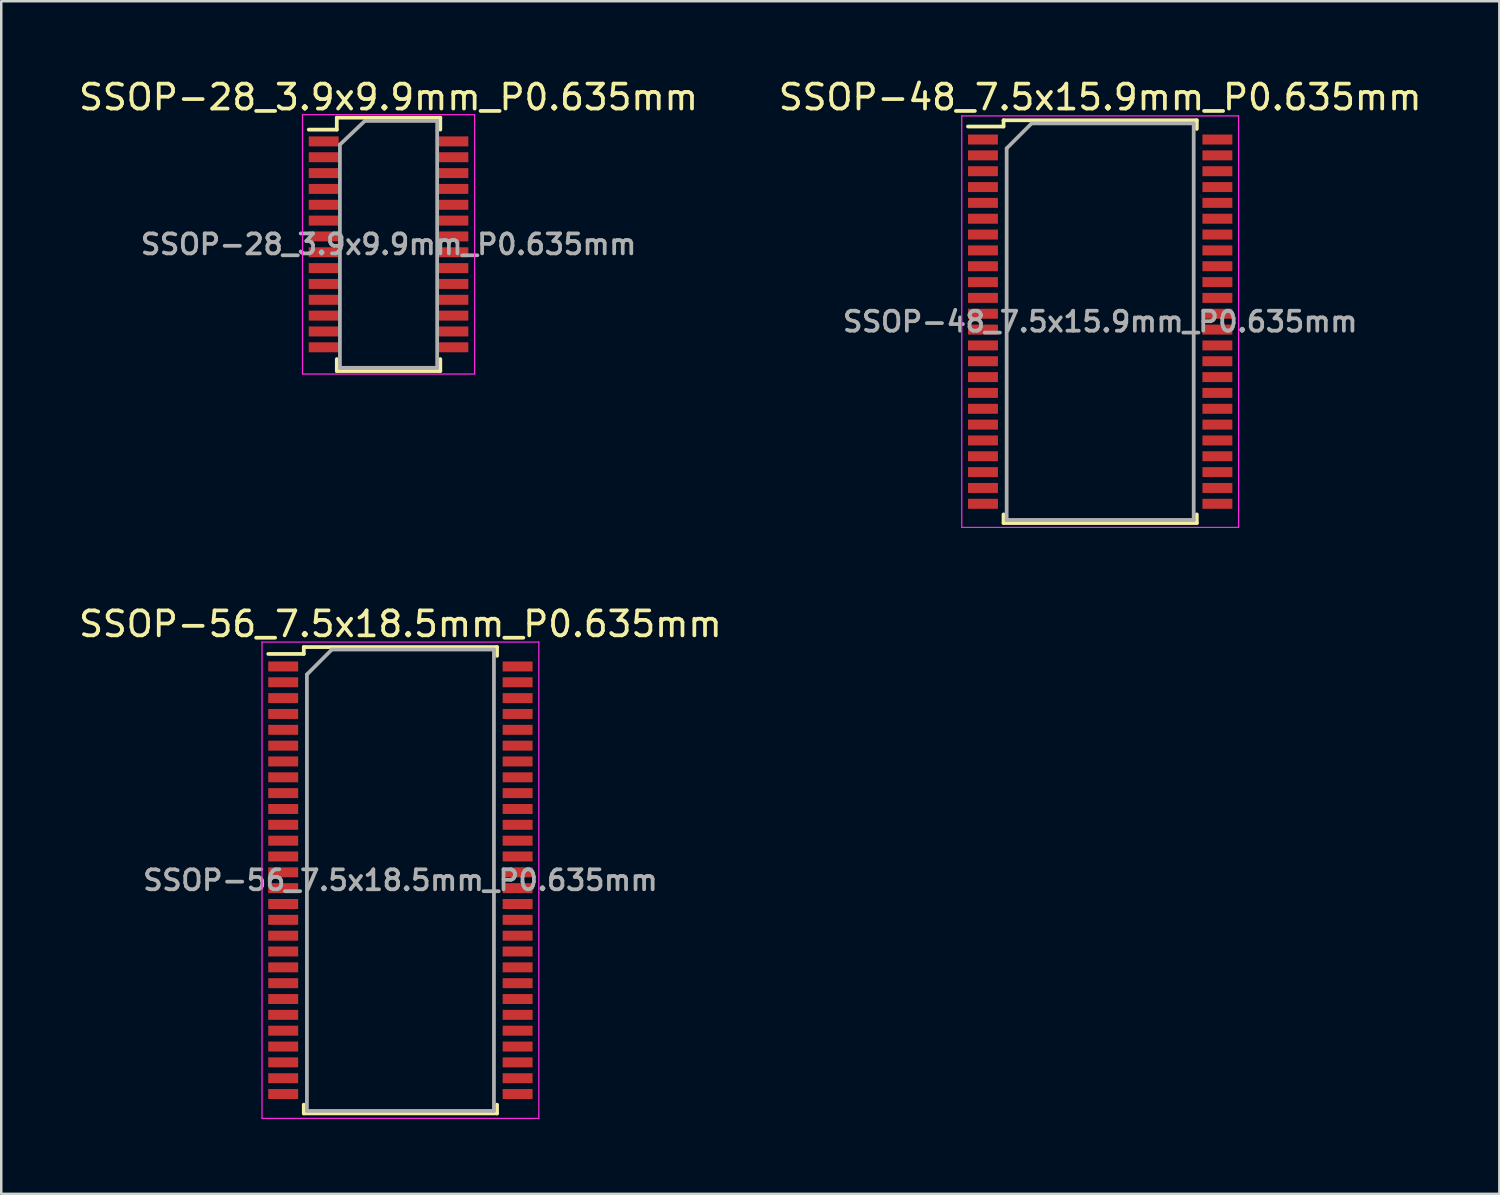
<source format=kicad_pcb>
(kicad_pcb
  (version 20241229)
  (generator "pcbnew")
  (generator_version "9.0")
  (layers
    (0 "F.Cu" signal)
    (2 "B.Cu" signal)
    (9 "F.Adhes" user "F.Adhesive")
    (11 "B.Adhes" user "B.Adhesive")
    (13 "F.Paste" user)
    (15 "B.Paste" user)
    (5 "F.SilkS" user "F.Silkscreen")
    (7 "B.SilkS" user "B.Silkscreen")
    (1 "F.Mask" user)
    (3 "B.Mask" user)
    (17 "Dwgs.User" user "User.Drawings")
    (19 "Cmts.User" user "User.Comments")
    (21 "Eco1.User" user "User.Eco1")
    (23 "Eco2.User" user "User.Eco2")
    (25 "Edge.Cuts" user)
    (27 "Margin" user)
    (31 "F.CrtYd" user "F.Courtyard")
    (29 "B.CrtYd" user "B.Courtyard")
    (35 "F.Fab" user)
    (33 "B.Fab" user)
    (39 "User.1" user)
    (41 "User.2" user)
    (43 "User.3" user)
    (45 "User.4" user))
  (footprint "SSOP-28_3.9x9.9mm_P0.635mm"
    (layer "F.Cu")
    (at 12.53 6.748)
    (property "Reference" "SSOP-28_3.9x9.9mm_P0.635mm" (at 0 -5.9 0) (layer "F.SilkS") (effects (font (size 1 1) (thickness 0.15))))
    (attr smd)
    (fp_line (start -2.075 -5.08) (end -2.075 -4.6) (stroke (width 0.15) (type solid)) (layer "F.SilkS"))
    (fp_line (start -2.075 -5.08) (end 2.075 -5.08) (stroke (width 0.15) (type solid)) (layer "F.SilkS"))
    (fp_line (start -2.075 -4.6) (end -3.2 -4.6) (stroke (width 0.15) (type solid)) (layer "F.SilkS"))
    (fp_line (start -2.075 5.08) (end -2.075 4.6) (stroke (width 0.15) (type solid)) (layer "F.SilkS"))
    (fp_line (start -2.075 5.08) (end 2.075 5.08) (stroke (width 0.15) (type solid)) (layer "F.SilkS"))
    (fp_line (start 2.075 -5.08) (end 2.075 -4.6) (stroke (width 0.15) (type solid)) (layer "F.SilkS"))
    (fp_line (start 2.075 5.08) (end 2.075 4.6) (stroke (width 0.15) (type solid)) (layer "F.SilkS"))
    (fp_line (start -3.45 -5.2) (end -3.45 5.2) (stroke (width 0.05) (type solid)) (layer "F.CrtYd"))
    (fp_line (start -3.45 -5.2) (end 3.45 -5.2) (stroke (width 0.05) (type solid)) (layer "F.CrtYd"))
    (fp_line (start -3.45 5.2) (end 3.45 5.2) (stroke (width 0.05) (type solid)) (layer "F.CrtYd"))
    (fp_line (start 3.45 -5.2) (end 3.45 5.2) (stroke (width 0.05) (type solid)) (layer "F.CrtYd"))
    (fp_line (start -1.95 -4) (end -0.95 -4.95) (stroke (width 0.15) (type solid)) (layer "F.Fab"))
    (fp_line (start -1.95 4.95) (end -1.95 -4) (stroke (width 0.15) (type solid)) (layer "F.Fab"))
    (fp_line (start -0.95 -4.95) (end 1.95 -4.95) (stroke (width 0.15) (type solid)) (layer "F.Fab"))
    (fp_line (start 1.95 -4.95) (end 1.95 4.95) (stroke (width 0.15) (type solid)) (layer "F.Fab"))
    (fp_line (start 1.95 4.95) (end -1.95 4.95) (stroke (width 0.15) (type solid)) (layer "F.Fab"))
    (fp_text user "${REFERENCE}" (at 0 0 0) (layer "F.Fab") (effects (font (size 0.8 0.8) (thickness 0.15))))
    (pad "1" smd rect (at -2.6 -4.128) (size 1.2 0.4) (layers "F.Cu" "F.Mask" "F.Paste"))
    (pad "2" smd rect (at -2.6 -3.493) (size 1.2 0.4) (layers "F.Cu" "F.Mask" "F.Paste"))
    (pad "3" smd rect (at -2.6 -2.857) (size 1.2 0.4) (layers "F.Cu" "F.Mask" "F.Paste"))
    (pad "4" smd rect (at -2.6 -2.223) (size 1.2 0.4) (layers "F.Cu" "F.Mask" "F.Paste"))
    (pad "5" smd rect (at -2.6 -1.587) (size 1.2 0.4) (layers "F.Cu" "F.Mask" "F.Paste"))
    (pad "6" smd rect (at -2.6 -0.953) (size 1.2 0.4) (layers "F.Cu" "F.Mask" "F.Paste"))
    (pad "7" smd rect (at -2.6 -0.318) (size 1.2 0.4) (layers "F.Cu" "F.Mask" "F.Paste"))
    (pad "8" smd rect (at -2.6 0.318) (size 1.2 0.4) (layers "F.Cu" "F.Mask" "F.Paste"))
    (pad "9" smd rect (at -2.6 0.953) (size 1.2 0.4) (layers "F.Cu" "F.Mask" "F.Paste"))
    (pad "10" smd rect (at -2.6 1.587) (size 1.2 0.4) (layers "F.Cu" "F.Mask" "F.Paste"))
    (pad "11" smd rect (at -2.6 2.223) (size 1.2 0.4) (layers "F.Cu" "F.Mask" "F.Paste"))
    (pad "12" smd rect (at -2.6 2.857) (size 1.2 0.4) (layers "F.Cu" "F.Mask" "F.Paste"))
    (pad "13" smd rect (at -2.6 3.493) (size 1.2 0.4) (layers "F.Cu" "F.Mask" "F.Paste"))
    (pad "14" smd rect (at -2.6 4.128) (size 1.2 0.4) (layers "F.Cu" "F.Mask" "F.Paste"))
    (pad "15" smd rect (at 2.6 4.128) (size 1.2 0.4) (layers "F.Cu" "F.Mask" "F.Paste"))
    (pad "16" smd rect (at 2.6 3.493) (size 1.2 0.4) (layers "F.Cu" "F.Mask" "F.Paste"))
    (pad "17" smd rect (at 2.6 2.857) (size 1.2 0.4) (layers "F.Cu" "F.Mask" "F.Paste"))
    (pad "18" smd rect (at 2.6 2.223) (size 1.2 0.4) (layers "F.Cu" "F.Mask" "F.Paste"))
    (pad "19" smd rect (at 2.6 1.587) (size 1.2 0.4) (layers "F.Cu" "F.Mask" "F.Paste"))
    (pad "20" smd rect (at 2.6 0.953) (size 1.2 0.4) (layers "F.Cu" "F.Mask" "F.Paste"))
    (pad "21" smd rect (at 2.6 0.318) (size 1.2 0.4) (layers "F.Cu" "F.Mask" "F.Paste"))
    (pad "22" smd rect (at 2.6 -0.318) (size 1.2 0.4) (layers "F.Cu" "F.Mask" "F.Paste"))
    (pad "23" smd rect (at 2.6 -0.953) (size 1.2 0.4) (layers "F.Cu" "F.Mask" "F.Paste"))
    (pad "24" smd rect (at 2.6 -1.587) (size 1.2 0.4) (layers "F.Cu" "F.Mask" "F.Paste"))
    (pad "25" smd rect (at 2.6 -2.223) (size 1.2 0.4) (layers "F.Cu" "F.Mask" "F.Paste"))
    (pad "26" smd rect (at 2.6 -2.857) (size 1.2 0.4) (layers "F.Cu" "F.Mask" "F.Paste"))
    (pad "27" smd rect (at 2.6 -3.493) (size 1.2 0.4) (layers "F.Cu" "F.Mask" "F.Paste"))
    (pad "28" smd rect (at 2.6 -4.128) (size 1.2 0.4) (layers "F.Cu" "F.Mask" "F.Paste")))
  (footprint "SSOP-56_7.5x18.5mm_P0.635mm"
    (layer "F.Cu")
    (at 13.006 32.246)
    (property "Reference" "SSOP-56_7.5x18.5mm_P0.635mm" (at 0 -10.275 0) (layer "F.SilkS") (effects (font (size 1 1) (thickness 0.15))))
    (attr smd)
    (fp_line (start -3.875 -9.35) (end -3.875 -9.075) (stroke (width 0.15) (type solid)) (layer "F.SilkS"))
    (fp_line (start -3.875 -9.35) (end 3.875 -9.35) (stroke (width 0.15) (type solid)) (layer "F.SilkS"))
    (fp_line (start -3.875 -9.075) (end -5.3 -9.075) (stroke (width 0.15) (type solid)) (layer "F.SilkS"))
    (fp_line (start -3.875 9.35) (end -3.875 8.998) (stroke (width 0.15) (type solid)) (layer "F.SilkS"))
    (fp_line (start -3.875 9.35) (end 3.875 9.35) (stroke (width 0.15) (type solid)) (layer "F.SilkS"))
    (fp_line (start 3.875 -9.35) (end 3.875 -8.998) (stroke (width 0.15) (type solid)) (layer "F.SilkS"))
    (fp_line (start 3.875 9.35) (end 3.875 8.998) (stroke (width 0.15) (type solid)) (layer "F.SilkS"))
    (fp_line (start -5.55 -9.55) (end -5.55 9.55) (stroke (width 0.05) (type solid)) (layer "F.CrtYd"))
    (fp_line (start -5.55 -9.55) (end 5.55 -9.55) (stroke (width 0.05) (type solid)) (layer "F.CrtYd"))
    (fp_line (start -5.55 9.55) (end 5.55 9.55) (stroke (width 0.05) (type solid)) (layer "F.CrtYd"))
    (fp_line (start 5.55 -9.55) (end 5.55 9.55) (stroke (width 0.05) (type solid)) (layer "F.CrtYd"))
    (fp_line (start -3.75 -8.25) (end -2.75 -9.25) (stroke (width 0.15) (type solid)) (layer "F.Fab"))
    (fp_line (start -3.75 9.25) (end -3.75 -8.25) (stroke (width 0.15) (type solid)) (layer "F.Fab"))
    (fp_line (start -2.75 -9.25) (end 3.75 -9.25) (stroke (width 0.15) (type solid)) (layer "F.Fab"))
    (fp_line (start 3.75 -9.25) (end 3.75 9.25) (stroke (width 0.15) (type solid)) (layer "F.Fab"))
    (fp_line (start 3.75 9.25) (end -3.75 9.25) (stroke (width 0.15) (type solid)) (layer "F.Fab"))
    (fp_text user "${REFERENCE}" (at 0 0 0) (layer "F.Fab") (effects (font (size 0.8 0.8) (thickness 0.15))))
    (pad "1" smd rect (at -4.7 -8.572) (size 1.2 0.4) (layers "F.Cu" "F.Mask" "F.Paste"))
    (pad "2" smd rect (at -4.7 -7.938) (size 1.2 0.4) (layers "F.Cu" "F.Mask" "F.Paste"))
    (pad "3" smd rect (at -4.7 -7.303) (size 1.2 0.4) (layers "F.Cu" "F.Mask" "F.Paste"))
    (pad "4" smd rect (at -4.7 -6.668) (size 1.2 0.4) (layers "F.Cu" "F.Mask" "F.Paste"))
    (pad "5" smd rect (at -4.7 -6.032) (size 1.2 0.4) (layers "F.Cu" "F.Mask" "F.Paste"))
    (pad "6" smd rect (at -4.7 -5.397) (size 1.2 0.4) (layers "F.Cu" "F.Mask" "F.Paste"))
    (pad "7" smd rect (at -4.7 -4.763) (size 1.2 0.4) (layers "F.Cu" "F.Mask" "F.Paste"))
    (pad "8" smd rect (at -4.7 -4.128) (size 1.2 0.4) (layers "F.Cu" "F.Mask" "F.Paste"))
    (pad "9" smd rect (at -4.7 -3.493) (size 1.2 0.4) (layers "F.Cu" "F.Mask" "F.Paste"))
    (pad "10" smd rect (at -4.7 -2.857) (size 1.2 0.4) (layers "F.Cu" "F.Mask" "F.Paste"))
    (pad "11" smd rect (at -4.7 -2.223) (size 1.2 0.4) (layers "F.Cu" "F.Mask" "F.Paste"))
    (pad "12" smd rect (at -4.7 -1.587) (size 1.2 0.4) (layers "F.Cu" "F.Mask" "F.Paste"))
    (pad "13" smd rect (at -4.7 -0.953) (size 1.2 0.4) (layers "F.Cu" "F.Mask" "F.Paste"))
    (pad "14" smd rect (at -4.7 -0.318) (size 1.2 0.4) (layers "F.Cu" "F.Mask" "F.Paste"))
    (pad "15" smd rect (at -4.7 0.318) (size 1.2 0.4) (layers "F.Cu" "F.Mask" "F.Paste"))
    (pad "16" smd rect (at -4.7 0.953) (size 1.2 0.4) (layers "F.Cu" "F.Mask" "F.Paste"))
    (pad "17" smd rect (at -4.7 1.587) (size 1.2 0.4) (layers "F.Cu" "F.Mask" "F.Paste"))
    (pad "18" smd rect (at -4.7 2.223) (size 1.2 0.4) (layers "F.Cu" "F.Mask" "F.Paste"))
    (pad "19" smd rect (at -4.7 2.857) (size 1.2 0.4) (layers "F.Cu" "F.Mask" "F.Paste"))
    (pad "20" smd rect (at -4.7 3.493) (size 1.2 0.4) (layers "F.Cu" "F.Mask" "F.Paste"))
    (pad "21" smd rect (at -4.7 4.128) (size 1.2 0.4) (layers "F.Cu" "F.Mask" "F.Paste"))
    (pad "22" smd rect (at -4.7 4.763) (size 1.2 0.4) (layers "F.Cu" "F.Mask" "F.Paste"))
    (pad "23" smd rect (at -4.7 5.397) (size 1.2 0.4) (layers "F.Cu" "F.Mask" "F.Paste"))
    (pad "24" smd rect (at -4.7 6.032) (size 1.2 0.4) (layers "F.Cu" "F.Mask" "F.Paste"))
    (pad "25" smd rect (at -4.7 6.668) (size 1.2 0.4) (layers "F.Cu" "F.Mask" "F.Paste"))
    (pad "26" smd rect (at -4.7 7.303) (size 1.2 0.4) (layers "F.Cu" "F.Mask" "F.Paste"))
    (pad "27" smd rect (at -4.7 7.938) (size 1.2 0.4) (layers "F.Cu" "F.Mask" "F.Paste"))
    (pad "28" smd rect (at -4.7 8.572) (size 1.2 0.4) (layers "F.Cu" "F.Mask" "F.Paste"))
    (pad "29" smd rect (at 4.7 8.572) (size 1.2 0.4) (layers "F.Cu" "F.Mask" "F.Paste"))
    (pad "30" smd rect (at 4.7 7.938) (size 1.2 0.4) (layers "F.Cu" "F.Mask" "F.Paste"))
    (pad "31" smd rect (at 4.7 7.303) (size 1.2 0.4) (layers "F.Cu" "F.Mask" "F.Paste"))
    (pad "32" smd rect (at 4.7 6.668) (size 1.2 0.4) (layers "F.Cu" "F.Mask" "F.Paste"))
    (pad "33" smd rect (at 4.7 6.032) (size 1.2 0.4) (layers "F.Cu" "F.Mask" "F.Paste"))
    (pad "34" smd rect (at 4.7 5.397) (size 1.2 0.4) (layers "F.Cu" "F.Mask" "F.Paste"))
    (pad "35" smd rect (at 4.7 4.763) (size 1.2 0.4) (layers "F.Cu" "F.Mask" "F.Paste"))
    (pad "36" smd rect (at 4.7 4.128) (size 1.2 0.4) (layers "F.Cu" "F.Mask" "F.Paste"))
    (pad "37" smd rect (at 4.7 3.493) (size 1.2 0.4) (layers "F.Cu" "F.Mask" "F.Paste"))
    (pad "38" smd rect (at 4.7 2.857) (size 1.2 0.4) (layers "F.Cu" "F.Mask" "F.Paste"))
    (pad "39" smd rect (at 4.7 2.223) (size 1.2 0.4) (layers "F.Cu" "F.Mask" "F.Paste"))
    (pad "40" smd rect (at 4.7 1.587) (size 1.2 0.4) (layers "F.Cu" "F.Mask" "F.Paste"))
    (pad "41" smd rect (at 4.7 0.953) (size 1.2 0.4) (layers "F.Cu" "F.Mask" "F.Paste"))
    (pad "42" smd rect (at 4.7 0.318) (size 1.2 0.4) (layers "F.Cu" "F.Mask" "F.Paste"))
    (pad "43" smd rect (at 4.7 -0.318) (size 1.2 0.4) (layers "F.Cu" "F.Mask" "F.Paste"))
    (pad "44" smd rect (at 4.7 -0.953) (size 1.2 0.4) (layers "F.Cu" "F.Mask" "F.Paste"))
    (pad "45" smd rect (at 4.7 -1.587) (size 1.2 0.4) (layers "F.Cu" "F.Mask" "F.Paste"))
    (pad "46" smd rect (at 4.7 -2.223) (size 1.2 0.4) (layers "F.Cu" "F.Mask" "F.Paste"))
    (pad "47" smd rect (at 4.7 -2.857) (size 1.2 0.4) (layers "F.Cu" "F.Mask" "F.Paste"))
    (pad "48" smd rect (at 4.7 -3.493) (size 1.2 0.4) (layers "F.Cu" "F.Mask" "F.Paste"))
    (pad "49" smd rect (at 4.7 -4.128) (size 1.2 0.4) (layers "F.Cu" "F.Mask" "F.Paste"))
    (pad "50" smd rect (at 4.7 -4.763) (size 1.2 0.4) (layers "F.Cu" "F.Mask" "F.Paste"))
    (pad "51" smd rect (at 4.7 -5.397) (size 1.2 0.4) (layers "F.Cu" "F.Mask" "F.Paste"))
    (pad "52" smd rect (at 4.7 -6.032) (size 1.2 0.4) (layers "F.Cu" "F.Mask" "F.Paste"))
    (pad "53" smd rect (at 4.7 -6.668) (size 1.2 0.4) (layers "F.Cu" "F.Mask" "F.Paste"))
    (pad "54" smd rect (at 4.7 -7.303) (size 1.2 0.4) (layers "F.Cu" "F.Mask" "F.Paste"))
    (pad "55" smd rect (at 4.7 -7.938) (size 1.2 0.4) (layers "F.Cu" "F.Mask" "F.Paste"))
    (pad "56" smd rect (at 4.7 -8.572) (size 1.2 0.4) (layers "F.Cu" "F.Mask" "F.Paste")))
  (footprint "SSOP-48_7.5x15.9mm_P0.635mm"
    (layer "F.Cu")
    (at 41.065 9.848)
    (property "Reference" "SSOP-48_7.5x15.9mm_P0.635mm" (at 0 -9 0) (layer "F.SilkS") (effects (font (size 1 1) (thickness 0.15))))
    (attr smd)
    (fp_line (start -3.875 -8.075) (end -3.875 -7.825) (stroke (width 0.15) (type solid)) (layer "F.SilkS"))
    (fp_line (start -3.875 -8.075) (end 3.875 -8.075) (stroke (width 0.15) (type solid)) (layer "F.SilkS"))
    (fp_line (start -3.875 -7.825) (end -5.3 -7.825) (stroke (width 0.15) (type solid)) (layer "F.SilkS"))
    (fp_line (start -3.875 8.075) (end -3.875 7.728) (stroke (width 0.15) (type solid)) (layer "F.SilkS"))
    (fp_line (start -3.875 8.075) (end 3.875 8.075) (stroke (width 0.15) (type solid)) (layer "F.SilkS"))
    (fp_line (start 3.875 -8.075) (end 3.875 -7.728) (stroke (width 0.15) (type solid)) (layer "F.SilkS"))
    (fp_line (start 3.875 8.075) (end 3.875 7.728) (stroke (width 0.15) (type solid)) (layer "F.SilkS"))
    (fp_line (start -5.55 -8.25) (end -5.55 8.25) (stroke (width 0.05) (type solid)) (layer "F.CrtYd"))
    (fp_line (start -5.55 -8.25) (end 5.55 -8.25) (stroke (width 0.05) (type solid)) (layer "F.CrtYd"))
    (fp_line (start -5.55 8.25) (end 5.55 8.25) (stroke (width 0.05) (type solid)) (layer "F.CrtYd"))
    (fp_line (start 5.55 -8.25) (end 5.55 8.25) (stroke (width 0.05) (type solid)) (layer "F.CrtYd"))
    (fp_line (start -3.75 -6.95) (end -2.75 -7.95) (stroke (width 0.15) (type solid)) (layer "F.Fab"))
    (fp_line (start -3.75 7.95) (end -3.75 -6.95) (stroke (width 0.15) (type solid)) (layer "F.Fab"))
    (fp_line (start -2.75 -7.95) (end 3.75 -7.95) (stroke (width 0.15) (type solid)) (layer "F.Fab"))
    (fp_line (start 3.75 -7.95) (end 3.75 7.95) (stroke (width 0.15) (type solid)) (layer "F.Fab"))
    (fp_line (start 3.75 7.95) (end -3.75 7.95) (stroke (width 0.15) (type solid)) (layer "F.Fab"))
    (fp_text user "${REFERENCE}" (at 0 0 0) (layer "F.Fab") (effects (font (size 0.8 0.8) (thickness 0.15))))
    (pad "1" smd rect (at -4.7 -7.303) (size 1.2 0.4) (layers "F.Cu" "F.Mask" "F.Paste"))
    (pad "2" smd rect (at -4.7 -6.668) (size 1.2 0.4) (layers "F.Cu" "F.Mask" "F.Paste"))
    (pad "3" smd rect (at -4.7 -6.032) (size 1.2 0.4) (layers "F.Cu" "F.Mask" "F.Paste"))
    (pad "4" smd rect (at -4.7 -5.397) (size 1.2 0.4) (layers "F.Cu" "F.Mask" "F.Paste"))
    (pad "5" smd rect (at -4.7 -4.763) (size 1.2 0.4) (layers "F.Cu" "F.Mask" "F.Paste"))
    (pad "6" smd rect (at -4.7 -4.128) (size 1.2 0.4) (layers "F.Cu" "F.Mask" "F.Paste"))
    (pad "7" smd rect (at -4.7 -3.493) (size 1.2 0.4) (layers "F.Cu" "F.Mask" "F.Paste"))
    (pad "8" smd rect (at -4.7 -2.857) (size 1.2 0.4) (layers "F.Cu" "F.Mask" "F.Paste"))
    (pad "9" smd rect (at -4.7 -2.223) (size 1.2 0.4) (layers "F.Cu" "F.Mask" "F.Paste"))
    (pad "10" smd rect (at -4.7 -1.587) (size 1.2 0.4) (layers "F.Cu" "F.Mask" "F.Paste"))
    (pad "11" smd rect (at -4.7 -0.953) (size 1.2 0.4) (layers "F.Cu" "F.Mask" "F.Paste"))
    (pad "12" smd rect (at -4.7 -0.318) (size 1.2 0.4) (layers "F.Cu" "F.Mask" "F.Paste"))
    (pad "13" smd rect (at -4.7 0.318) (size 1.2 0.4) (layers "F.Cu" "F.Mask" "F.Paste"))
    (pad "14" smd rect (at -4.7 0.953) (size 1.2 0.4) (layers "F.Cu" "F.Mask" "F.Paste"))
    (pad "15" smd rect (at -4.7 1.587) (size 1.2 0.4) (layers "F.Cu" "F.Mask" "F.Paste"))
    (pad "16" smd rect (at -4.7 2.223) (size 1.2 0.4) (layers "F.Cu" "F.Mask" "F.Paste"))
    (pad "17" smd rect (at -4.7 2.857) (size 1.2 0.4) (layers "F.Cu" "F.Mask" "F.Paste"))
    (pad "18" smd rect (at -4.7 3.493) (size 1.2 0.4) (layers "F.Cu" "F.Mask" "F.Paste"))
    (pad "19" smd rect (at -4.7 4.128) (size 1.2 0.4) (layers "F.Cu" "F.Mask" "F.Paste"))
    (pad "20" smd rect (at -4.7 4.763) (size 1.2 0.4) (layers "F.Cu" "F.Mask" "F.Paste"))
    (pad "21" smd rect (at -4.7 5.397) (size 1.2 0.4) (layers "F.Cu" "F.Mask" "F.Paste"))
    (pad "22" smd rect (at -4.7 6.032) (size 1.2 0.4) (layers "F.Cu" "F.Mask" "F.Paste"))
    (pad "23" smd rect (at -4.7 6.668) (size 1.2 0.4) (layers "F.Cu" "F.Mask" "F.Paste"))
    (pad "24" smd rect (at -4.7 7.303) (size 1.2 0.4) (layers "F.Cu" "F.Mask" "F.Paste"))
    (pad "25" smd rect (at 4.7 7.303) (size 1.2 0.4) (layers "F.Cu" "F.Mask" "F.Paste"))
    (pad "26" smd rect (at 4.7 6.668) (size 1.2 0.4) (layers "F.Cu" "F.Mask" "F.Paste"))
    (pad "27" smd rect (at 4.7 6.032) (size 1.2 0.4) (layers "F.Cu" "F.Mask" "F.Paste"))
    (pad "28" smd rect (at 4.7 5.397) (size 1.2 0.4) (layers "F.Cu" "F.Mask" "F.Paste"))
    (pad "29" smd rect (at 4.7 4.763) (size 1.2 0.4) (layers "F.Cu" "F.Mask" "F.Paste"))
    (pad "30" smd rect (at 4.7 4.128) (size 1.2 0.4) (layers "F.Cu" "F.Mask" "F.Paste"))
    (pad "31" smd rect (at 4.7 3.493) (size 1.2 0.4) (layers "F.Cu" "F.Mask" "F.Paste"))
    (pad "32" smd rect (at 4.7 2.857) (size 1.2 0.4) (layers "F.Cu" "F.Mask" "F.Paste"))
    (pad "33" smd rect (at 4.7 2.223) (size 1.2 0.4) (layers "F.Cu" "F.Mask" "F.Paste"))
    (pad "34" smd rect (at 4.7 1.587) (size 1.2 0.4) (layers "F.Cu" "F.Mask" "F.Paste"))
    (pad "35" smd rect (at 4.7 0.953) (size 1.2 0.4) (layers "F.Cu" "F.Mask" "F.Paste"))
    (pad "36" smd rect (at 4.7 0.318) (size 1.2 0.4) (layers "F.Cu" "F.Mask" "F.Paste"))
    (pad "37" smd rect (at 4.7 -0.318) (size 1.2 0.4) (layers "F.Cu" "F.Mask" "F.Paste"))
    (pad "38" smd rect (at 4.7 -0.953) (size 1.2 0.4) (layers "F.Cu" "F.Mask" "F.Paste"))
    (pad "39" smd rect (at 4.7 -1.587) (size 1.2 0.4) (layers "F.Cu" "F.Mask" "F.Paste"))
    (pad "40" smd rect (at 4.7 -2.223) (size 1.2 0.4) (layers "F.Cu" "F.Mask" "F.Paste"))
    (pad "41" smd rect (at 4.7 -2.857) (size 1.2 0.4) (layers "F.Cu" "F.Mask" "F.Paste"))
    (pad "42" smd rect (at 4.7 -3.493) (size 1.2 0.4) (layers "F.Cu" "F.Mask" "F.Paste"))
    (pad "43" smd rect (at 4.7 -4.128) (size 1.2 0.4) (layers "F.Cu" "F.Mask" "F.Paste"))
    (pad "44" smd rect (at 4.7 -4.763) (size 1.2 0.4) (layers "F.Cu" "F.Mask" "F.Paste"))
    (pad "45" smd rect (at 4.7 -5.397) (size 1.2 0.4) (layers "F.Cu" "F.Mask" "F.Paste"))
    (pad "46" smd rect (at 4.7 -6.032) (size 1.2 0.4) (layers "F.Cu" "F.Mask" "F.Paste"))
    (pad "47" smd rect (at 4.7 -6.668) (size 1.2 0.4) (layers "F.Cu" "F.Mask" "F.Paste"))
    (pad "48" smd rect (at 4.7 -7.303) (size 1.2 0.4) (layers "F.Cu" "F.Mask" "F.Paste")))
  (gr_rect
    (start -3 -3)
    (end 57.071 44.822)
    (stroke (width 0.1) (type default))
    (fill no)
    (layer "Edge.Cuts")))
</source>
